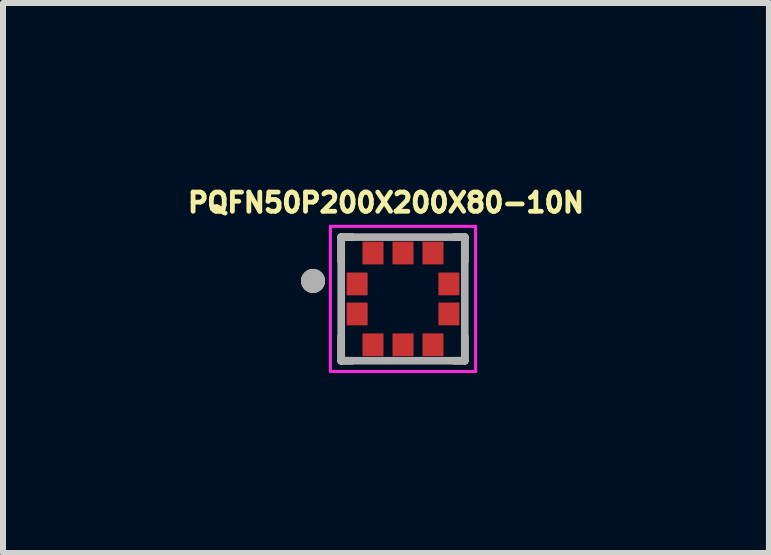
<source format=kicad_pcb>
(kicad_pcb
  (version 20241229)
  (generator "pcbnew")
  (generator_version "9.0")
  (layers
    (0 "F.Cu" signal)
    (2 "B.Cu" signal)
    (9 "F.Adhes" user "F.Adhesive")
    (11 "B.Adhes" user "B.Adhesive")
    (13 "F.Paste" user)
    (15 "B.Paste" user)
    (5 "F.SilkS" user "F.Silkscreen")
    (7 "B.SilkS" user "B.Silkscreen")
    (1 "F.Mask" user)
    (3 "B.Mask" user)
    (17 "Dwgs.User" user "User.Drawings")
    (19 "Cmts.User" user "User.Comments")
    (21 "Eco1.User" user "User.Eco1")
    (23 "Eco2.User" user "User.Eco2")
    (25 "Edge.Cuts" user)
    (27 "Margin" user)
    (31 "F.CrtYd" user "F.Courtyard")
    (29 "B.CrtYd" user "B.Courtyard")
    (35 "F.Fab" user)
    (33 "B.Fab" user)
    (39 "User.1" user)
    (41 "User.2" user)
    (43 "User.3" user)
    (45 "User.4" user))
  (footprint "PQFN50P200X200X80-10N"
    (layer "F.Cu")
    (at 3.668 1.933)
    (property "Reference" "PQFN50P200X200X80-10N" (at -0.284 -1.605 0) (layer "F.SilkS") (effects (font (size 0.32 0.32) (thickness 0.15))))
    (attr through_hole)
    (fp_line (start -1.03 -1.03) (end -0.85 -1.03) (stroke (width 0.127) (type solid)) (layer "F.SilkS"))
    (fp_line (start -1.03 -0.63) (end -1.03 -1.03) (stroke (width 0.127) (type solid)) (layer "F.SilkS"))
    (fp_line (start -1.03 1.03) (end -1.03 0.63) (stroke (width 0.127) (type solid)) (layer "F.SilkS"))
    (fp_line (start -0.85 1.03) (end -1.03 1.03) (stroke (width 0.127) (type solid)) (layer "F.SilkS"))
    (fp_line (start 0.85 -1.03) (end 1.03 -1.03) (stroke (width 0.127) (type solid)) (layer "F.SilkS"))
    (fp_line (start 0.85 1.03) (end 1.03 1.03) (stroke (width 0.127) (type solid)) (layer "F.SilkS"))
    (fp_line (start 1.03 -1.03) (end 1.03 -0.63) (stroke (width 0.127) (type solid)) (layer "F.SilkS"))
    (fp_line (start 1.03 1.03) (end 1.03 0.63) (stroke (width 0.127) (type solid)) (layer "F.SilkS"))
    (fp_circle (center -1.5 -0.3) (end -1.4 -0.3) (stroke (width 0.2) (type solid)) (fill no) (layer "F.SilkS"))
    (fp_line (start -1.21 -1.21) (end 1.21 -1.21) (stroke (width 0.05) (type solid)) (layer "F.CrtYd"))
    (fp_line (start -1.21 1.21) (end -1.21 -1.21) (stroke (width 0.05) (type solid)) (layer "F.CrtYd"))
    (fp_line (start 1.21 -1.21) (end 1.21 1.21) (stroke (width 0.05) (type solid)) (layer "F.CrtYd"))
    (fp_line (start 1.21 1.21) (end -1.21 1.21) (stroke (width 0.05) (type solid)) (layer "F.CrtYd"))
    (fp_line (start -1.03 -1.03) (end 1.03 -1.03) (stroke (width 0.127) (type solid)) (layer "F.Fab"))
    (fp_line (start -1.03 1.03) (end -1.03 -1.03) (stroke (width 0.127) (type solid)) (layer "F.Fab"))
    (fp_line (start 1.03 -1.03) (end 1.03 1.03) (stroke (width 0.127) (type solid)) (layer "F.Fab"))
    (fp_line (start 1.03 1.03) (end -1.03 1.03) (stroke (width 0.127) (type solid)) (layer "F.Fab"))
    (fp_circle (center -1.5 -0.3) (end -1.4 -0.3) (stroke (width 0.2) (type solid)) (fill no) (layer "F.Fab"))
    (pad "1" smd roundrect (at -0.765 -0.25) (size 0.35 0.38) (layers "F.Cu" "F.Mask" "F.Paste") (roundrect_rratio 0.02))
    (pad "2" smd roundrect (at -0.765 0.25) (size 0.35 0.38) (layers "F.Cu" "F.Mask" "F.Paste") (roundrect_rratio 0.02))
    (pad "3" smd roundrect (at -0.5 0.765) (size 0.35 0.38) (layers "F.Cu" "F.Mask" "F.Paste") (roundrect_rratio 0.02))
    (pad "4" smd roundrect (at 0 0.765) (size 0.35 0.38) (layers "F.Cu" "F.Mask" "F.Paste") (roundrect_rratio 0.02))
    (pad "5" smd roundrect (at 0.5 0.765) (size 0.35 0.38) (layers "F.Cu" "F.Mask" "F.Paste") (roundrect_rratio 0.02))
    (pad "6" smd roundrect (at 0.765 0.25) (size 0.35 0.38) (layers "F.Cu" "F.Mask" "F.Paste") (roundrect_rratio 0.02))
    (pad "7" smd roundrect (at 0.765 -0.25) (size 0.35 0.38) (layers "F.Cu" "F.Mask" "F.Paste") (roundrect_rratio 0.02))
    (pad "8" smd roundrect (at 0.5 -0.765) (size 0.35 0.38) (layers "F.Cu" "F.Mask" "F.Paste") (roundrect_rratio 0.02))
    (pad "9" smd roundrect (at 0 -0.765) (size 0.35 0.38) (layers "F.Cu" "F.Mask" "F.Paste") (roundrect_rratio 0.02))
    (pad "10" smd roundrect (at -0.5 -0.765) (size 0.35 0.38) (layers "F.Cu" "F.Mask" "F.Paste") (roundrect_rratio 0.02)))
  (gr_rect
    (start -3 -3)
    (end 9.768 6.168)
    (stroke (width 0.1) (type default))
    (fill no)
    (layer "Edge.Cuts")))
</source>
